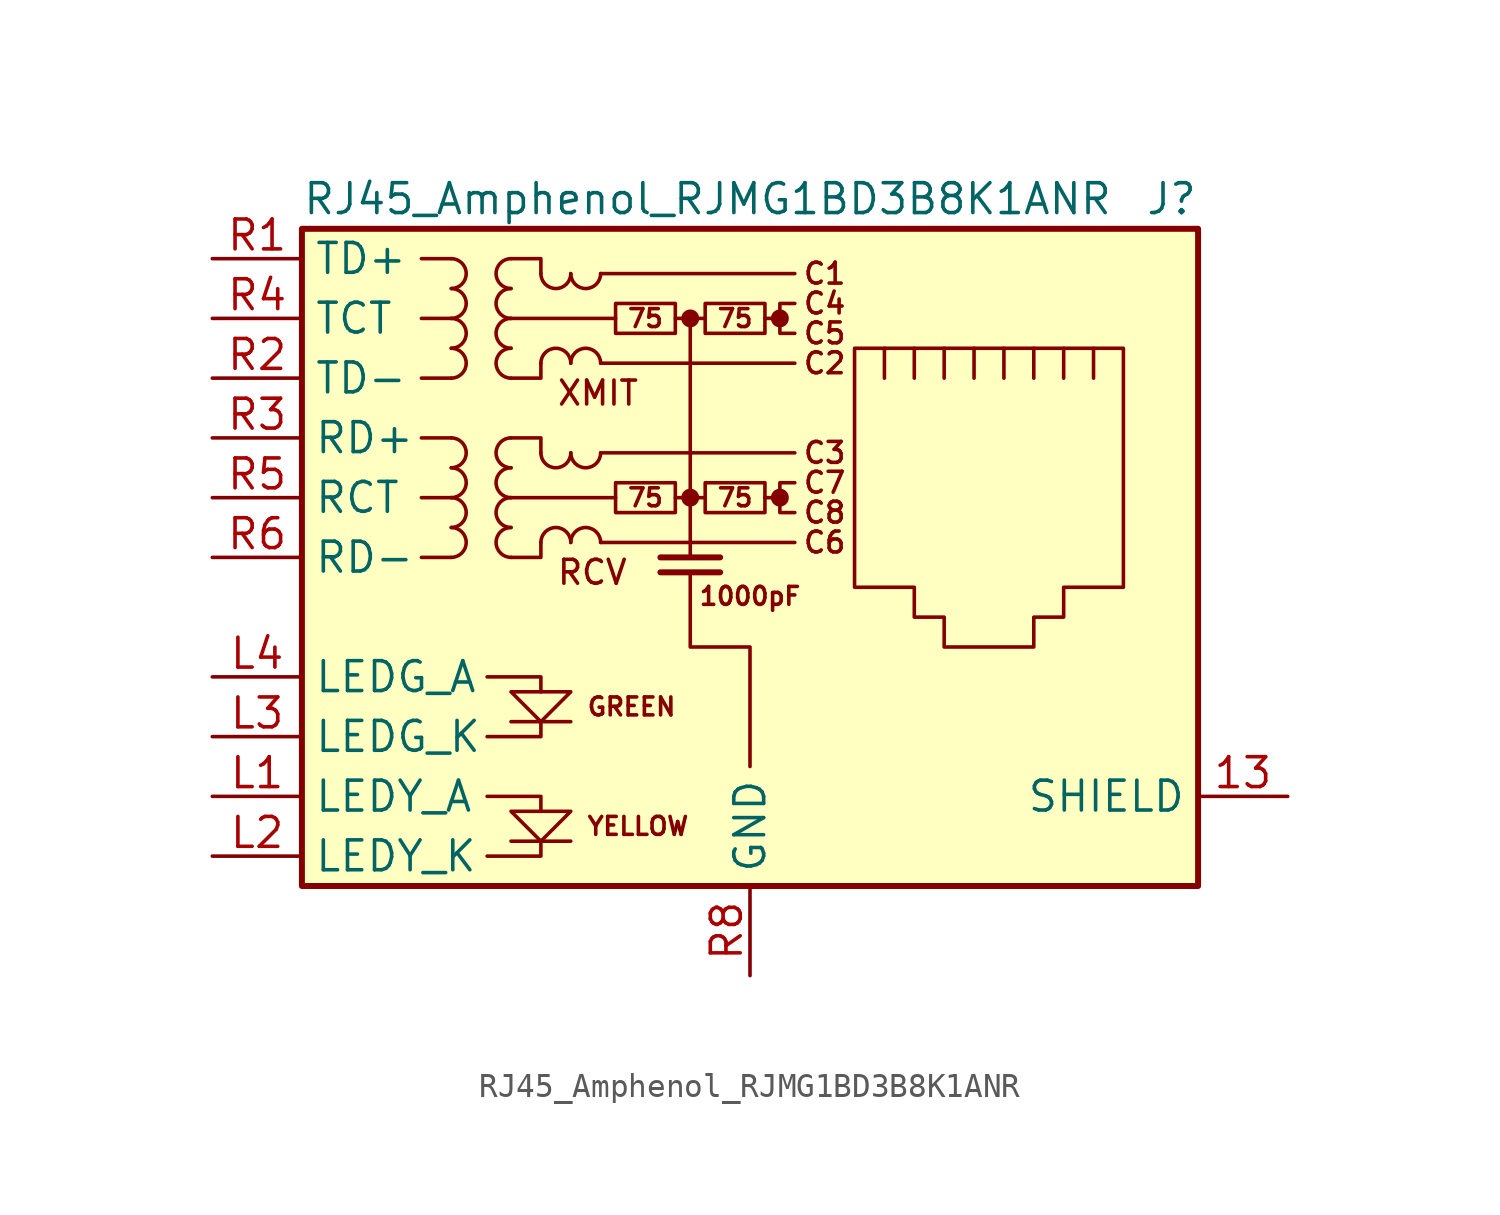
<source format=kicad_sym>
(kicad_symbol_lib
  (version 20220914)
  (generator kicad_symbol_editor)
  (symbol "RJ45_Amphenol_RJMG1BD3B8K1ANR"
    (property "Reference" "J"
      (at 19.05 15.24 0)
      (effects (font (size 1.27 1.27)) (justify right)))
    (property "Value" "RJ45_Amphenol_RJMG1BD3B8K1ANR"
      (at -19.05 15.24 0)
      (effects (font (size 1.27 1.27)) (justify left)))
    (symbol "RJ45_Amphenol_RJMG1BD3B8K1ANR_0_0"
      (circle (center -2.54 2.54) (radius 0.254) (stroke (width 0.254) (type default)) (fill (type outline)))
      (circle (center -2.54 10.16) (radius 0.254) (stroke (width 0.254) (type default)) (fill (type outline)))
      (polyline (pts (xy -7.62 -12.065) (xy -10.16 -12.065)) (stroke (width 0) (type default)) (fill (type none)))
      (polyline (pts (xy -7.62 -6.985) (xy -10.16 -6.985)) (stroke (width 0) (type default)) (fill (type none)))
      (polyline (pts (xy -2.54 10.16) (xy -2.54 0)) (stroke (width 0) (type default)) (fill (type none)))
      (polyline (pts (xy -1.27 -0.635) (xy -3.81 -0.635)) (stroke (width 0.254) (type default)) (fill (type none)))
      (polyline (pts (xy -1.27 0) (xy -3.81 0)) (stroke (width 0.254) (type default)) (fill (type none)))
      (polyline (pts (xy 1.27 2.54) (xy 0.635 2.54)) (stroke (width 0) (type default)) (fill (type none)))
      (polyline (pts (xy 1.27 10.16) (xy 0.635 10.16)) (stroke (width 0) (type default)) (fill (type none)))
      (polyline (pts (xy -11.176 -12.7) (xy -8.89 -12.7) (xy -8.89 -12.065)) (stroke (width 0) (type default)) (fill (type none)))
      (polyline (pts (xy -11.176 -10.16) (xy -8.89 -10.16) (xy -8.89 -10.795)) (stroke (width 0) (type default)) (fill (type none)))
      (polyline (pts (xy -11.176 -5.08) (xy -8.89 -5.08) (xy -8.89 -5.715)) (stroke (width 0) (type default)) (fill (type none)))
      (polyline (pts (xy -8.89 -6.985) (xy -8.89 -7.62) (xy -11.176 -7.62)) (stroke (width 0) (type default)) (fill (type none)))
      (polyline (pts (xy -10.16 -5.715) (xy -7.62 -5.715) (xy -8.89 -6.985) (xy -10.16 -5.715)) (stroke (width 0) (type default)) (fill (type none)))
      (polyline (pts (xy -7.62 -10.795) (xy -10.16 -10.795) (xy -8.89 -12.065) (xy -7.62 -10.795)) (stroke (width 0) (type default)) (fill (type none)))
      (polyline (pts (xy -2.54 -0.635) (xy -2.54 -3.81) (xy 0 -3.81) (xy 0 -8.89)) (stroke (width 0) (type default)) (fill (type none)))
      (polyline (pts (xy 1.905 3.175) (xy 1.27 3.175) (xy 1.27 1.905) (xy 1.905 1.905)) (stroke (width 0) (type default)) (fill (type none)))
      (polyline (pts (xy 1.905 10.795) (xy 1.27 10.795) (xy 1.27 9.525) (xy 1.905 9.525)) (stroke (width 0) (type default)) (fill (type none)))
      (circle (center 1.27 2.54) (radius 0.254) (stroke (width 0.254) (type default)) (fill (type outline)))
      (circle (center 1.27 10.16) (radius 0.254) (stroke (width 0.254) (type default)) (fill (type outline)))
      (text "1000pF" (at 0 -1.651 0) (effects (font (size 0.762 0.762))))
      (text "75" (at -4.445 2.54 0) (effects (font (size 0.762 0.762))))
      (text "75" (at -4.445 10.16 0) (effects (font (size 0.762 0.762))))
      (text "75" (at -0.635 2.54 0) (effects (font (size 0.762 0.762))))
      (text "75" (at -0.635 10.16 0) (effects (font (size 0.762 0.762))))
      (text "C1" (at 3.175 12.065 0) (effects (font (size 0.889 0.889))))
      (text "C2" (at 3.175 8.255 0) (effects (font (size 0.889 0.889))))
      (text "C3" (at 3.175 4.445 0) (effects (font (size 0.889 0.889))))
      (text "C4" (at 3.175 10.795 0) (effects (font (size 0.889 0.889))))
      (text "C5" (at 3.175 9.525 0) (effects (font (size 0.889 0.889))))
      (text "C6" (at 3.175 0.635 0) (effects (font (size 0.889 0.889))))
      (text "C7" (at 3.175 3.175 0) (effects (font (size 0.889 0.889))))
      (text "C8" (at 3.175 1.905 0) (effects (font (size 0.889 0.889))))
      (text "GREEN" (at -6.985 -6.35 0) (effects (font (size 0.762 0.762)) (justify left)))
      (text "RCV" (at -8.255 -0.635 0) (effects (font (size 1.016 1.016)) (justify left)))
      (text "XMIT" (at -8.255 6.985 0) (effects (font (size 1.016 1.016)) (justify left)))
      (text "YELLOW" (at -6.985 -11.43 0) (effects (font (size 0.762 0.762)) (justify left))))
    (symbol "RJ45_Amphenol_RJMG1BD3B8K1ANR_0_1"
      (rectangle (start -19.05 -13.97) (end 19.05 13.97) (stroke (width 0.254) (type default)) (fill (type background)))
      (arc (start -12.7 0) (mid -12.0677 0.635) (end -12.7 1.27) (stroke (width 0) (type default)) (fill (type none)))
      (arc (start -12.7 1.27) (mid -12.0677 1.905) (end -12.7 2.54) (stroke (width 0) (type default)) (fill (type none)))
      (arc (start -12.7 2.54) (mid -12.0677 3.175) (end -12.7 3.81) (stroke (width 0) (type default)) (fill (type none)))
      (arc (start -12.7 3.81) (mid -12.0677 4.445) (end -12.7 5.08) (stroke (width 0) (type default)) (fill (type none)))
      (arc (start -12.7 7.62) (mid -12.0677 8.255) (end -12.7 8.89) (stroke (width 0) (type default)) (fill (type none)))
      (arc (start -12.7 8.89) (mid -12.0677 9.525) (end -12.7 10.16) (stroke (width 0) (type default)) (fill (type none)))
      (arc (start -12.7 10.16) (mid -12.0677 10.795) (end -12.7 11.43) (stroke (width 0) (type default)) (fill (type none)))
      (arc (start -12.7 11.43) (mid -12.0677 12.065) (end -12.7 12.7) (stroke (width 0) (type default)) (fill (type none)))
      (arc (start -10.16 1.27) (mid -10.7923 0.635) (end -10.16 0) (stroke (width 0) (type default)) (fill (type none)))
      (arc (start -10.16 2.54) (mid -10.7923 1.905) (end -10.16 1.27) (stroke (width 0) (type default)) (fill (type none)))
      (arc (start -10.16 3.81) (mid -10.7923 3.175) (end -10.16 2.54) (stroke (width 0) (type default)) (fill (type none)))
      (arc (start -10.16 5.08) (mid -10.7923 4.445) (end -10.16 3.81) (stroke (width 0) (type default)) (fill (type none)))
      (arc (start -10.16 8.89) (mid -10.7923 8.255) (end -10.16 7.62) (stroke (width 0) (type default)) (fill (type none)))
      (arc (start -10.16 10.16) (mid -10.7923 9.525) (end -10.16 8.89) (stroke (width 0) (type default)) (fill (type none)))
      (arc (start -10.16 11.43) (mid -10.7923 10.795) (end -10.16 10.16) (stroke (width 0) (type default)) (fill (type none)))
      (arc (start -10.16 12.7) (mid -10.7923 12.065) (end -10.16 11.43) (stroke (width 0) (type default)) (fill (type none)))
      (arc (start -8.89 4.445) (mid -8.255 3.8127) (end -7.62 4.445) (stroke (width 0) (type default)) (fill (type none)))
      (arc (start -8.89 12.065) (mid -8.255 11.4327) (end -7.62 12.065) (stroke (width 0) (type default)) (fill (type none)))
      (arc (start -7.62 0.635) (mid -8.255 1.2673) (end -8.89 0.635) (stroke (width 0) (type default)) (fill (type none)))
      (arc (start -7.62 4.445) (mid -6.985 3.8127) (end -6.35 4.445) (stroke (width 0) (type default)) (fill (type none)))
      (arc (start -7.62 8.255) (mid -8.255 8.8873) (end -8.89 8.255) (stroke (width 0) (type default)) (fill (type none)))
      (arc (start -7.62 12.065) (mid -6.985 11.4327) (end -6.35 12.065) (stroke (width 0) (type default)) (fill (type none)))
      (arc (start -6.35 0.635) (mid -6.985 1.2673) (end -7.62 0.635) (stroke (width 0) (type default)) (fill (type none)))
      (arc (start -6.35 8.255) (mid -6.985 8.8873) (end -7.62 8.255) (stroke (width 0) (type default)) (fill (type none)))
      (rectangle (start -5.715 3.175) (end -3.175 1.905) (stroke (width 0) (type default)) (fill (type none)))
      (rectangle (start -5.715 10.795) (end -3.175 9.525) (stroke (width 0) (type default)) (fill (type none)))
      (rectangle (start -1.905 3.175) (end 0.635 1.905) (stroke (width 0) (type default)) (fill (type none)))
      (rectangle (start -1.905 10.795) (end 0.635 9.525) (stroke (width 0) (type default)) (fill (type none)))
      (polyline (pts (xy -12.7 0) (xy -13.97 0)) (stroke (width 0) (type default)) (fill (type none)))
      (polyline (pts (xy -12.7 2.54) (xy -13.97 2.54)) (stroke (width 0) (type default)) (fill (type none)))
      (polyline (pts (xy -12.7 5.08) (xy -13.97 5.08)) (stroke (width 0) (type default)) (fill (type none)))
      (polyline (pts (xy -12.7 7.62) (xy -13.97 7.62)) (stroke (width 0) (type default)) (fill (type none)))
      (polyline (pts (xy -12.7 10.16) (xy -13.97 10.16)) (stroke (width 0) (type default)) (fill (type none)))
      (polyline (pts (xy -12.7 12.7) (xy -13.97 12.7)) (stroke (width 0) (type default)) (fill (type none)))
      (polyline (pts (xy -6.35 0.635) (xy 1.905 0.635)) (stroke (width 0) (type default)) (fill (type none)))
      (polyline (pts (xy -6.35 4.445) (xy 1.905 4.445)) (stroke (width 0) (type default)) (fill (type none)))
      (polyline (pts (xy -6.35 8.255) (xy 1.905 8.255)) (stroke (width 0) (type default)) (fill (type none)))
      (polyline (pts (xy -6.35 12.065) (xy 1.905 12.065)) (stroke (width 0) (type default)) (fill (type none)))
      (polyline (pts (xy -5.715 2.54) (xy -10.16 2.54)) (stroke (width 0) (type default)) (fill (type none)))
      (polyline (pts (xy -5.715 10.16) (xy -10.16 10.16)) (stroke (width 0) (type default)) (fill (type none)))
      (polyline (pts (xy -3.175 2.54) (xy -1.905 2.54)) (stroke (width 0) (type default)) (fill (type none)))
      (polyline (pts (xy -3.175 10.16) (xy -1.905 10.16)) (stroke (width 0) (type default)) (fill (type none)))
      (polyline (pts (xy 5.715 7.62) (xy 5.715 8.89)) (stroke (width 0) (type default)) (fill (type none)))
      (polyline (pts (xy 6.985 8.89) (xy 6.985 7.62)) (stroke (width 0) (type default)) (fill (type none)))
      (polyline (pts (xy 8.255 8.89) (xy 8.255 7.62)) (stroke (width 0) (type default)) (fill (type none)))
      (polyline (pts (xy 9.525 8.89) (xy 9.525 7.62)) (stroke (width 0) (type default)) (fill (type none)))
      (polyline (pts (xy 10.795 8.89) (xy 10.795 7.62)) (stroke (width 0) (type default)) (fill (type none)))
      (polyline (pts (xy 12.065 8.89) (xy 12.065 7.62)) (stroke (width 0) (type default)) (fill (type none)))
      (polyline (pts (xy 13.335 7.62) (xy 13.335 8.89)) (stroke (width 0) (type default)) (fill (type none)))
      (polyline (pts (xy 14.605 7.62) (xy 14.605 8.89)) (stroke (width 0) (type default)) (fill (type none)))
      (polyline (pts (xy -10.16 5.08) (xy -8.89 5.08) (xy -8.89 4.445)) (stroke (width 0) (type default)) (fill (type none)))
      (polyline (pts (xy -10.16 12.7) (xy -8.89 12.7) (xy -8.89 12.065)) (stroke (width 0) (type default)) (fill (type none)))
      (polyline (pts (xy -8.89 0.635) (xy -8.89 0) (xy -10.16 0)) (stroke (width 0) (type default)) (fill (type none)))
      (polyline (pts (xy -8.89 8.255) (xy -8.89 7.62) (xy -10.16 7.62)) (stroke (width 0) (type default)) (fill (type none)))
      (polyline (pts (xy 4.445 8.89) (xy 15.875 8.89) (xy 15.875 -1.27) (xy 13.335 -1.27) (xy 13.335 -2.54) (xy 12.065 -2.54) (xy 12.065 -3.81) (xy 8.255 -3.81) (xy 8.255 -2.54) (xy 6.985 -2.54) (xy 6.985 -1.27) (xy 4.445 -1.27) (xy 4.445 8.89)) (stroke (width 0) (type default)) (fill (type none))))
    (symbol "RJ45_Amphenol_RJMG1BD3B8K1ANR_1_1"
      (pin passive line (at 22.86 -10.16 180) (length 3.81) (name "SHIELD" (effects (font (size 1.27 1.27)))) (number "13" (effects (font (size 1.27 1.27)))))
      (pin passive line (at -22.86 -10.16 0) (length 3.81) (name "LEDY_A" (effects (font (size 1.27 1.27)))) (number "L1" (effects (font (size 1.27 1.27)))))
      (pin passive line (at -22.86 -12.7 0) (length 3.81) (name "LEDY_K" (effects (font (size 1.27 1.27)))) (number "L2" (effects (font (size 1.27 1.27)))))
      (pin passive line (at -22.86 -7.62 0) (length 3.81) (name "LEDG_K" (effects (font (size 1.27 1.27)))) (number "L3" (effects (font (size 1.27 1.27)))))
      (pin passive line (at -22.86 -5.08 0) (length 3.81) (name "LEDG_A" (effects (font (size 1.27 1.27)))) (number "L4" (effects (font (size 1.27 1.27)))))
      (pin passive line (at -22.86 12.7 0) (length 3.81) (name "TD+" (effects (font (size 1.27 1.27)))) (number "R1" (effects (font (size 1.27 1.27)))))
      (pin passive line (at -22.86 7.62 0) (length 3.81) (name "TD-" (effects (font (size 1.27 1.27)))) (number "R2" (effects (font (size 1.27 1.27)))))
      (pin passive line (at -22.86 5.08 0) (length 3.81) (name "RD+" (effects (font (size 1.27 1.27)))) (number "R3" (effects (font (size 1.27 1.27)))))
      (pin passive line (at -22.86 10.16 0) (length 3.81) (name "TCT" (effects (font (size 1.27 1.27)))) (number "R4" (effects (font (size 1.27 1.27)))))
      (pin passive line (at -22.86 2.54 0) (length 3.81) (name "RCT" (effects (font (size 1.27 1.27)))) (number "R5" (effects (font (size 1.27 1.27)))))
      (pin passive line (at -22.86 0 0) (length 3.81) (name "RD-" (effects (font (size 1.27 1.27)))) (number "R6" (effects (font (size 1.27 1.27)))))
      (pin no_connect line (at 5.08 -5.08 0) (length 0) hide (name "NC" (effects (font (size 1.27 1.27)))) (number "R7" (effects (font (size 1.27 1.27)))))
      (pin power_in line (at 0 -17.78 90) (length 3.81) (name "GND" (effects (font (size 1.27 1.27)))) (number "R8" (effects (font (size 1.27 1.27))))))))
</source>
